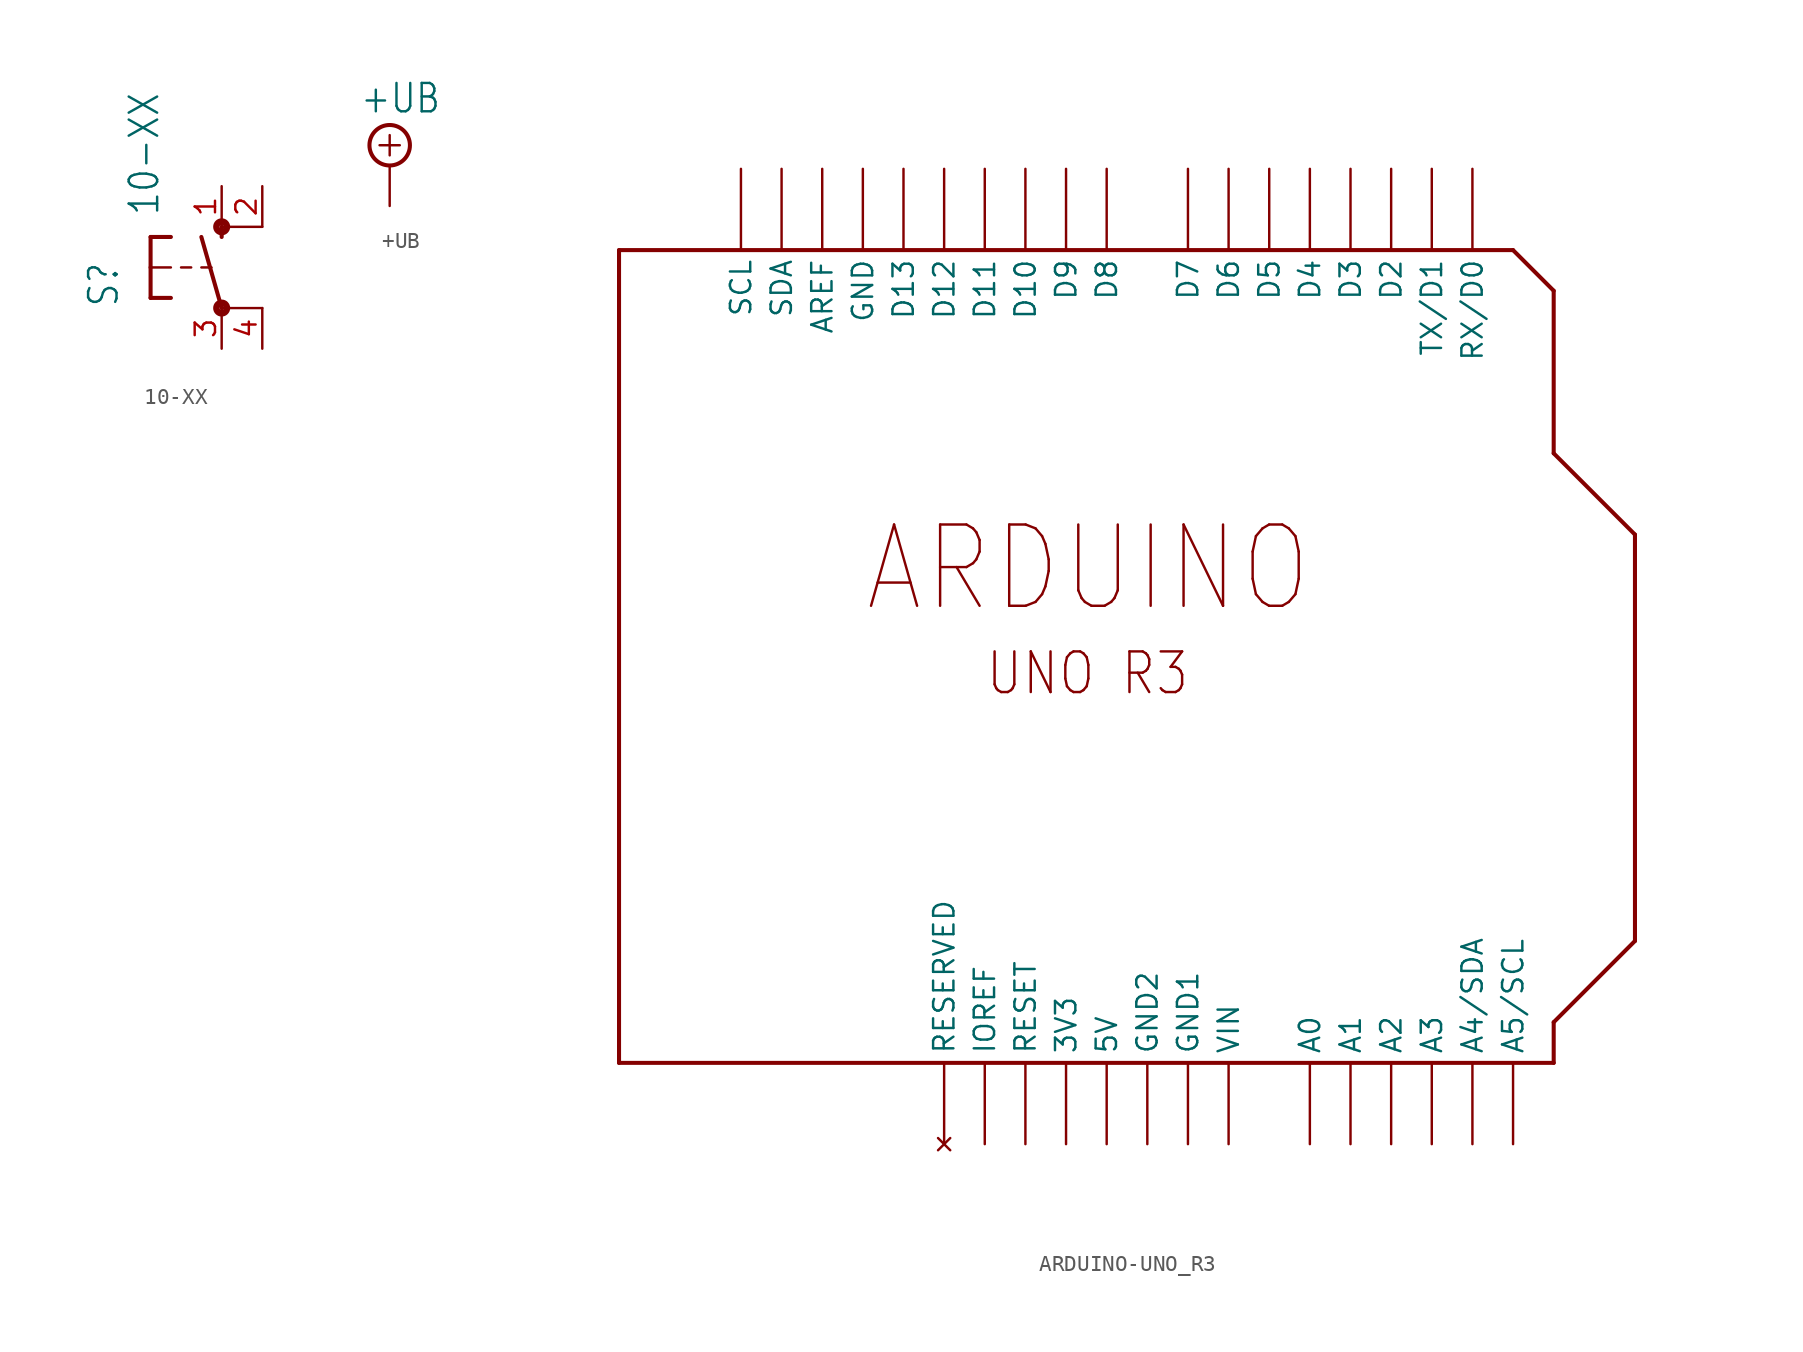
<source format=kicad_sym>
(kicad_symbol_lib
  (version 20211014)
  (generator kicad_symbol_editor)
  (symbol "10-XX"
    (property "Reference" "S"
      (at -6.35 -2.54 90)
      (effects (font (size 1.778 1.511)) (justify left bottom)))
    (property "Value" "10-XX"
      (at -3.81 3.175 90)
      (effects (font (size 1.778 1.511)) (justify left bottom)))
    (property "ki_locked" ""
      (at 0 0 0)
      (effects (font (size 1.27 1.27))))
    (symbol "10-XX_1_0"
      (circle (center 0 -2.54) (radius 0.127) (stroke (width 0.406) (type default) (color 0 0 0 0)) (fill (type none)))
      (polyline (pts (xy -4.445 -1.905) (xy -3.175 -1.905)) (stroke (width 0.254) (type default) (color 0 0 0 0)) (fill (type none)))
      (polyline (pts (xy -4.445 0) (xy -4.445 -1.905)) (stroke (width 0.254) (type default) (color 0 0 0 0)) (fill (type none)))
      (polyline (pts (xy -4.445 0) (xy -3.175 0)) (stroke (width 0.152) (type default) (color 0 0 0 0)) (fill (type none)))
      (polyline (pts (xy -4.445 1.905) (xy -4.445 0)) (stroke (width 0.254) (type default) (color 0 0 0 0)) (fill (type none)))
      (polyline (pts (xy -4.445 1.905) (xy -3.175 1.905)) (stroke (width 0.254) (type default) (color 0 0 0 0)) (fill (type none)))
      (polyline (pts (xy -2.54 0) (xy -1.905 0)) (stroke (width 0.152) (type default) (color 0 0 0 0)) (fill (type none)))
      (polyline (pts (xy -1.27 0) (xy -0.635 0)) (stroke (width 0.152) (type default) (color 0 0 0 0)) (fill (type none)))
      (polyline (pts (xy 0 -2.54) (xy -1.27 1.905)) (stroke (width 0.254) (type default) (color 0 0 0 0)) (fill (type none)))
      (polyline (pts (xy 0 1.905) (xy 0 2.54)) (stroke (width 0.254) (type default) (color 0 0 0 0)) (fill (type none)))
      (polyline (pts (xy 2.54 -2.54) (xy 0 -2.54)) (stroke (width 0.152) (type default) (color 0 0 0 0)) (fill (type none)))
      (polyline (pts (xy 2.54 2.54) (xy 0 2.54)) (stroke (width 0.152) (type default) (color 0 0 0 0)) (fill (type none)))
      (circle (center 0 2.54) (radius 0.127) (stroke (width 0.406) (type default) (color 0 0 0 0)) (fill (type none)))
      (pin passive line (at 0 5.08 270) (length 2.54) (name "S" (effects (font (size 0 0)))) (number "1" (effects (font (size 1.27 1.27)))))
      (pin passive line (at 2.54 5.08 270) (length 2.54) (name "S1" (effects (font (size 0 0)))) (number "2" (effects (font (size 1.27 1.27)))))
      (pin passive line (at 0 -5.08 90) (length 2.54) (name "P" (effects (font (size 0 0)))) (number "3" (effects (font (size 1.27 1.27)))))
      (pin passive line (at 2.54 -5.08 90) (length 2.54) (name "P1" (effects (font (size 0 0)))) (number "4" (effects (font (size 1.27 1.27)))))))
  (symbol "+UB"
    (power)
    (property "Reference" "#SUPPLY"
      (at 0 0 0)
      (effects (font (size 1.27 1.27)) hide))
    (property "Value" "+UB"
      (at -1.905 3.175 0)
      (effects (font (size 1.778 1.511)) (justify left bottom)))
    (property "ki_locked" ""
      (at 0 0 0)
      (effects (font (size 1.27 1.27))))
    (symbol "+UB_1_0"
      (polyline (pts (xy -0.635 1.27) (xy 0.635 1.27)) (stroke (width 0.152) (type default) (color 0 0 0 0)) (fill (type none)))
      (polyline (pts (xy 0 0.635) (xy 0 1.905)) (stroke (width 0.152) (type default) (color 0 0 0 0)) (fill (type none)))
      (circle (center 0 1.27) (radius 1.27) (stroke (width 0.254) (type default) (color 0 0 0 0)) (fill (type none)))
      (pin power_in line (at 0 -2.54 90) (length 2.54) (name "+UB" (effects (font (size 0 0)))) (number "1" (effects (font (size 0 0)))))))
  (symbol "ARDUINO-UNO_R3"
    (property "Reference" "U"
      (at 0 0 0)
      (effects (font (size 1.27 1.27)) hide))
    (property "ki_locked" ""
      (at 0 0 0)
      (effects (font (size 1.27 1.27))))
    (symbol "ARDUINO-UNO_R3_1_0"
      (polyline (pts (xy -33.02 -25.4) (xy 25.4 -25.4)) (stroke (width 0.254) (type default) (color 0 0 0 0)) (fill (type none)))
      (polyline (pts (xy -33.02 25.4) (xy -33.02 -25.4)) (stroke (width 0.254) (type default) (color 0 0 0 0)) (fill (type none)))
      (polyline (pts (xy 22.86 25.4) (xy -33.02 25.4)) (stroke (width 0.254) (type default) (color 0 0 0 0)) (fill (type none)))
      (polyline (pts (xy 25.4 -25.4) (xy 25.4 -22.86)) (stroke (width 0.254) (type default) (color 0 0 0 0)) (fill (type none)))
      (polyline (pts (xy 25.4 -22.86) (xy 30.48 -17.78)) (stroke (width 0.254) (type default) (color 0 0 0 0)) (fill (type none)))
      (polyline (pts (xy 25.4 12.7) (xy 25.4 22.86)) (stroke (width 0.254) (type default) (color 0 0 0 0)) (fill (type none)))
      (polyline (pts (xy 25.4 22.86) (xy 22.86 25.4)) (stroke (width 0.254) (type default) (color 0 0 0 0)) (fill (type none)))
      (polyline (pts (xy 30.48 -17.78) (xy 30.48 7.62)) (stroke (width 0.254) (type default) (color 0 0 0 0)) (fill (type none)))
      (polyline (pts (xy 30.48 7.62) (xy 25.4 12.7)) (stroke (width 0.254) (type default) (color 0 0 0 0)) (fill (type none)))
      (text "ARDUINO" (at -17.78 2.54 0) (effects (font (size 5.08 4.318)) (justify left bottom)))
      (text "UNO R3" (at -10.16 -2.54 0) (effects (font (size 2.54 2.159)) (justify left bottom)))
      (pin power_in line (at -5.08 -30.48 90) (length 5.08) (name "3V3" (effects (font (size 1.27 1.27)))) (number "3V" (effects (font (size 0 0)))))
      (pin power_in line (at -2.54 -30.48 90) (length 5.08) (name "5V" (effects (font (size 1.27 1.27)))) (number "5V" (effects (font (size 0 0)))))
      (pin bidirectional line (at 10.16 -30.48 90) (length 5.08) (name "A0" (effects (font (size 1.27 1.27)))) (number "A0" (effects (font (size 0 0)))))
      (pin bidirectional line (at 12.7 -30.48 90) (length 5.08) (name "A1" (effects (font (size 1.27 1.27)))) (number "A1" (effects (font (size 0 0)))))
      (pin bidirectional line (at 15.24 -30.48 90) (length 5.08) (name "A2" (effects (font (size 1.27 1.27)))) (number "A2" (effects (font (size 0 0)))))
      (pin bidirectional line (at 17.78 -30.48 90) (length 5.08) (name "A3" (effects (font (size 1.27 1.27)))) (number "A3" (effects (font (size 0 0)))))
      (pin bidirectional line (at 20.32 -30.48 90) (length 5.08) (name "A4/SDA" (effects (font (size 1.27 1.27)))) (number "A4" (effects (font (size 0 0)))))
      (pin bidirectional line (at 22.86 -30.48 90) (length 5.08) (name "A5/SCL" (effects (font (size 1.27 1.27)))) (number "A5" (effects (font (size 0 0)))))
      (pin bidirectional line (at -20.32 30.48 270) (length 5.08) (name "AREF" (effects (font (size 1.27 1.27)))) (number "AREF" (effects (font (size 0 0)))))
      (pin bidirectional line (at 20.32 30.48 270) (length 5.08) (name "RX/D0" (effects (font (size 1.27 1.27)))) (number "D0" (effects (font (size 0 0)))))
      (pin bidirectional line (at 17.78 30.48 270) (length 5.08) (name "TX/D1" (effects (font (size 1.27 1.27)))) (number "D1" (effects (font (size 0 0)))))
      (pin bidirectional line (at -7.62 30.48 270) (length 5.08) (name "D10" (effects (font (size 1.27 1.27)))) (number "D10" (effects (font (size 0 0)))))
      (pin bidirectional line (at -10.16 30.48 270) (length 5.08) (name "D11" (effects (font (size 1.27 1.27)))) (number "D11" (effects (font (size 0 0)))))
      (pin bidirectional line (at -12.7 30.48 270) (length 5.08) (name "D12" (effects (font (size 1.27 1.27)))) (number "D12" (effects (font (size 0 0)))))
      (pin bidirectional line (at -15.24 30.48 270) (length 5.08) (name "D13" (effects (font (size 1.27 1.27)))) (number "D13" (effects (font (size 0 0)))))
      (pin bidirectional line (at 15.24 30.48 270) (length 5.08) (name "D2" (effects (font (size 1.27 1.27)))) (number "D2" (effects (font (size 0 0)))))
      (pin bidirectional line (at 12.7 30.48 270) (length 5.08) (name "D3" (effects (font (size 1.27 1.27)))) (number "D3" (effects (font (size 0 0)))))
      (pin bidirectional line (at 10.16 30.48 270) (length 5.08) (name "D4" (effects (font (size 1.27 1.27)))) (number "D4" (effects (font (size 0 0)))))
      (pin bidirectional line (at 7.62 30.48 270) (length 5.08) (name "D5" (effects (font (size 1.27 1.27)))) (number "D5" (effects (font (size 0 0)))))
      (pin bidirectional line (at 5.08 30.48 270) (length 5.08) (name "D6" (effects (font (size 1.27 1.27)))) (number "D6" (effects (font (size 0 0)))))
      (pin bidirectional line (at 2.54 30.48 270) (length 5.08) (name "D7" (effects (font (size 1.27 1.27)))) (number "D7" (effects (font (size 0 0)))))
      (pin bidirectional line (at -2.54 30.48 270) (length 5.08) (name "D8" (effects (font (size 1.27 1.27)))) (number "D8" (effects (font (size 0 0)))))
      (pin bidirectional line (at -5.08 30.48 270) (length 5.08) (name "D9" (effects (font (size 1.27 1.27)))) (number "D9" (effects (font (size 0 0)))))
      (pin power_in line (at -17.78 30.48 270) (length 5.08) (name "GND" (effects (font (size 1.27 1.27)))) (number "GND" (effects (font (size 0 0)))))
      (pin power_in line (at 2.54 -30.48 90) (length 5.08) (name "GND1" (effects (font (size 1.27 1.27)))) (number "GND1" (effects (font (size 0 0)))))
      (pin power_in line (at 0 -30.48 90) (length 5.08) (name "GND2" (effects (font (size 1.27 1.27)))) (number "GND2" (effects (font (size 0 0)))))
      (pin output line (at -10.16 -30.48 90) (length 5.08) (name "IOREF" (effects (font (size 1.27 1.27)))) (number "IOREF" (effects (font (size 0 0)))))
      (pin no_connect line (at -12.7 -30.48 90) (length 5.08) (name "RESERVED" (effects (font (size 1.27 1.27)))) (number "RESERVED" (effects (font (size 0 0)))))
      (pin bidirectional line (at -7.62 -30.48 90) (length 5.08) (name "RESET" (effects (font (size 1.27 1.27)))) (number "RESET" (effects (font (size 0 0)))))
      (pin bidirectional line (at -25.4 30.48 270) (length 5.08) (name "SCL" (effects (font (size 1.27 1.27)))) (number "SCL" (effects (font (size 0 0)))))
      (pin bidirectional line (at -22.86 30.48 270) (length 5.08) (name "SDA" (effects (font (size 1.27 1.27)))) (number "SDA" (effects (font (size 0 0)))))
      (pin power_in line (at 5.08 -30.48 90) (length 5.08) (name "VIN" (effects (font (size 1.27 1.27)))) (number "VIN" (effects (font (size 0 0))))))))
</source>
